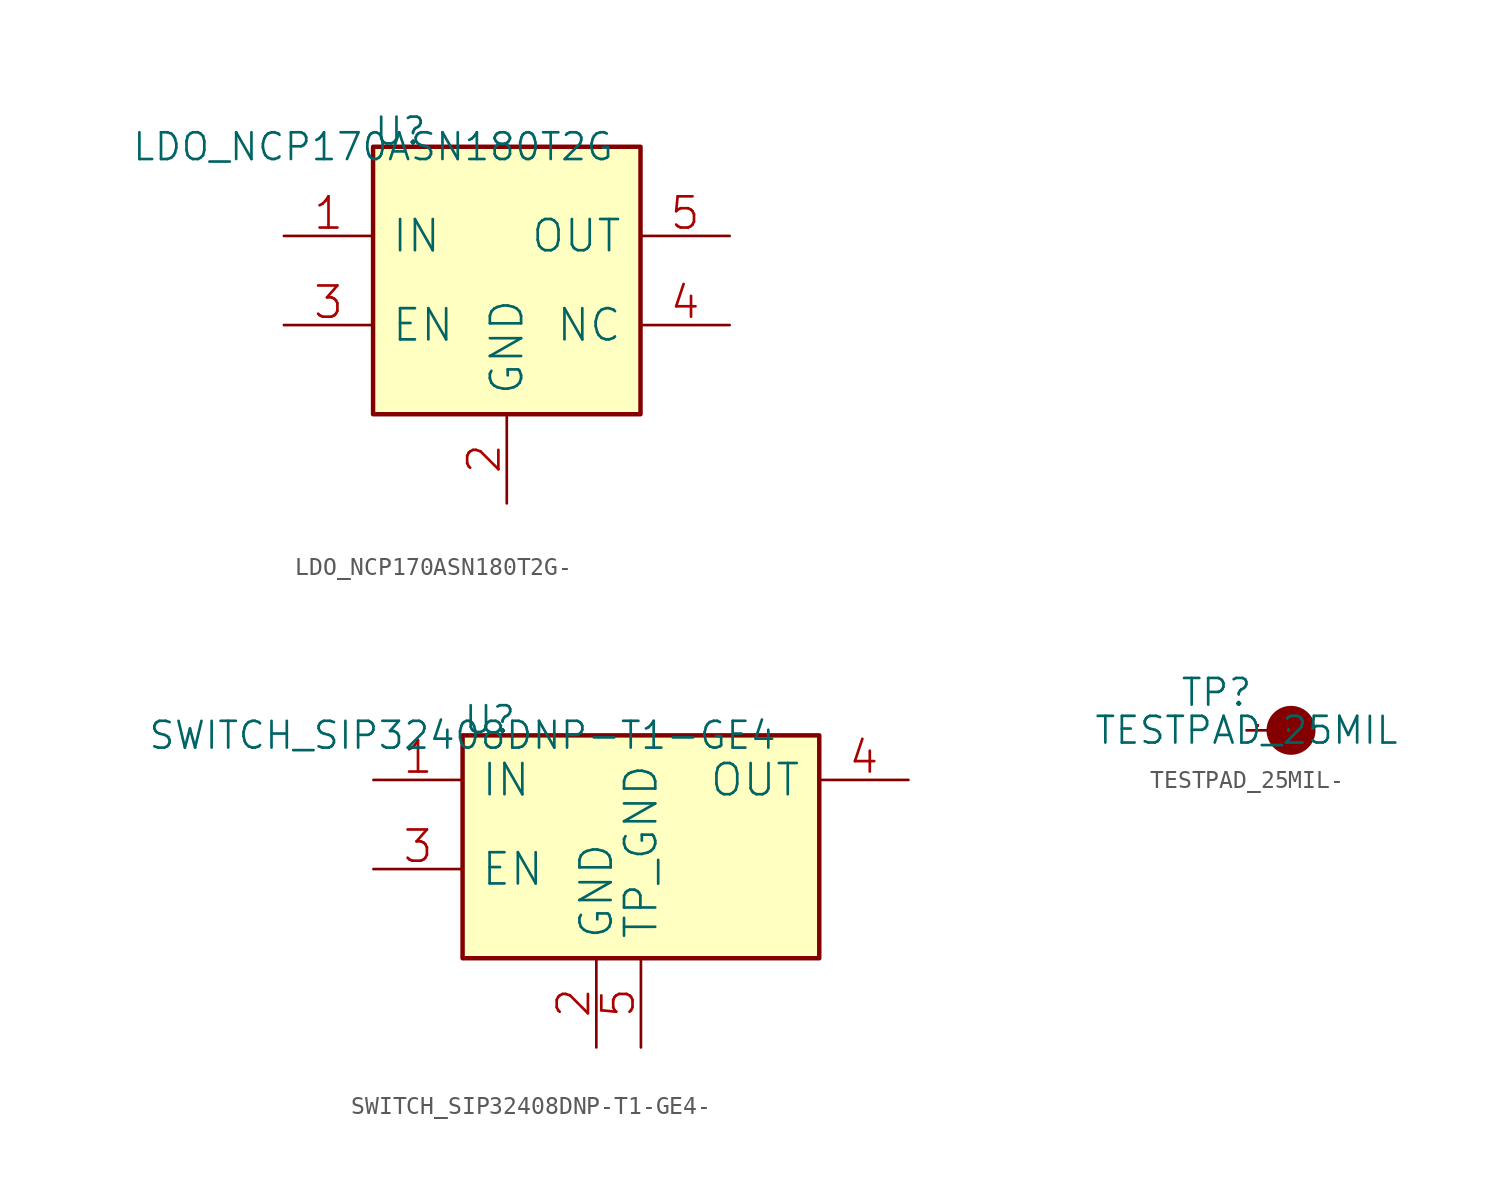
<source format=kicad_sym>
(kicad_symbol_lib
  (version 20220914)
  (generator kicad_symbol_editor)
  (symbol "LDO_NCP170ASN180T2G-"
    (pin_names
      (offset 1.016))
    (property "Reference" "U"
      (at 0 0 0)
      (effects (font (size 1.524 1.524)) (justify left bottom)))
    (property "Value" "LDO_NCP170ASN180T2G"
      (at 0 0 0)
      (effects (font (size 1.524 1.524))))
    (property "Footprint" ""
      (at 0 0 0)
      (effects (font (size 1.524 1.524))))
    (property "Datasheet" ""
      (at 0 0 0)
      (effects (font (size 1.524 1.524))))
    (symbol "LDO_NCP170ASN180T2G-_0_1"
      (rectangle (start 0 -15.24) (end 15.24 0) (stroke (width 0.254) (type solid)) (fill (type background)))
      (pin input line (at -5.08 -5.08 0) (length 5.08) (name "IN" (effects (font (size 1.778 1.778)))) (number "1" (effects (font (size 1.778 1.778)))))
      (pin power_in line (at 7.62 -20.32 90) (length 5.08) (name "GND" (effects (font (size 1.778 1.778)))) (number "2" (effects (font (size 1.778 1.778)))))
      (pin passive line (at -5.08 -10.16 0) (length 5.08) (name "EN" (effects (font (size 1.778 1.778)))) (number "3" (effects (font (size 1.778 1.778)))))
      (pin passive line (at 20.32 -10.16 180) (length 5.08) (name "NC" (effects (font (size 1.778 1.778)))) (number "4" (effects (font (size 1.778 1.778)))))
      (pin output line (at 20.32 -5.08 180) (length 5.08) (name "OUT" (effects (font (size 1.778 1.778)))) (number "5" (effects (font (size 1.778 1.778)))))))
  (symbol "SWITCH_SIP32408DNP-T1-GE4-"
    (pin_names
      (offset 1.016))
    (property "Reference" "U"
      (at 0 0 0)
      (effects (font (size 1.524 1.524)) (justify left bottom)))
    (property "Value" "SWITCH_SIP32408DNP-T1-GE4"
      (at 0 0 0)
      (effects (font (size 1.524 1.524))))
    (property "Footprint" ""
      (at 0 0 0)
      (effects (font (size 1.524 1.524))))
    (property "Datasheet" ""
      (at 0 0 0)
      (effects (font (size 1.524 1.524))))
    (symbol "SWITCH_SIP32408DNP-T1-GE4-_0_1"
      (rectangle (start 0 -12.7) (end 20.32 0) (stroke (width 0.254) (type solid)) (fill (type background)))
      (pin input line (at -5.08 -2.54 0) (length 5.08) (name "IN" (effects (font (size 1.778 1.778)))) (number "1" (effects (font (size 1.778 1.778)))))
      (pin power_in line (at 7.62 -17.78 90) (length 5.08) (name "GND" (effects (font (size 1.778 1.778)))) (number "2" (effects (font (size 1.778 1.778)))))
      (pin input line (at -5.08 -7.62 0) (length 5.08) (name "EN" (effects (font (size 1.778 1.778)))) (number "3" (effects (font (size 1.778 1.778)))))
      (pin output line (at 25.4 -2.54 180) (length 5.08) (name "OUT" (effects (font (size 1.778 1.778)))) (number "4" (effects (font (size 1.778 1.778)))))
      (pin power_in line (at 10.16 -17.78 90) (length 5.08) (name "TP_GND" (effects (font (size 1.778 1.778)))) (number "5" (effects (font (size 1.778 1.778)))))))
  (symbol "TESTPAD_25MIL-"
    (pin_names
      (offset 1.016))
    (property "Reference" "TP"
      (at -3.81 1.27 0)
      (effects (font (size 1.524 1.524)) (justify left bottom)))
    (property "Value" "TESTPAD_25MIL"
      (at 0 0 0)
      (effects (font (size 1.524 1.524))))
    (property "Footprint" ""
      (at 0 0 0)
      (effects (font (size 1.524 1.524))))
    (property "Datasheet" ""
      (at 0 0 0)
      (effects (font (size 1.524 1.524))))
    (symbol "TESTPAD_25MIL-_0_1"
      (circle (center 2.54 0) (radius 1.27) (stroke (width 0.254) (type solid)) (fill (type outline)))
      (pin passive line (at 0 0 0) (length 1.27) (name "P" (effects (font (size 0.025 0.025)))) (number "1" (effects (font (size 0.025 0.025))))))))
</source>
